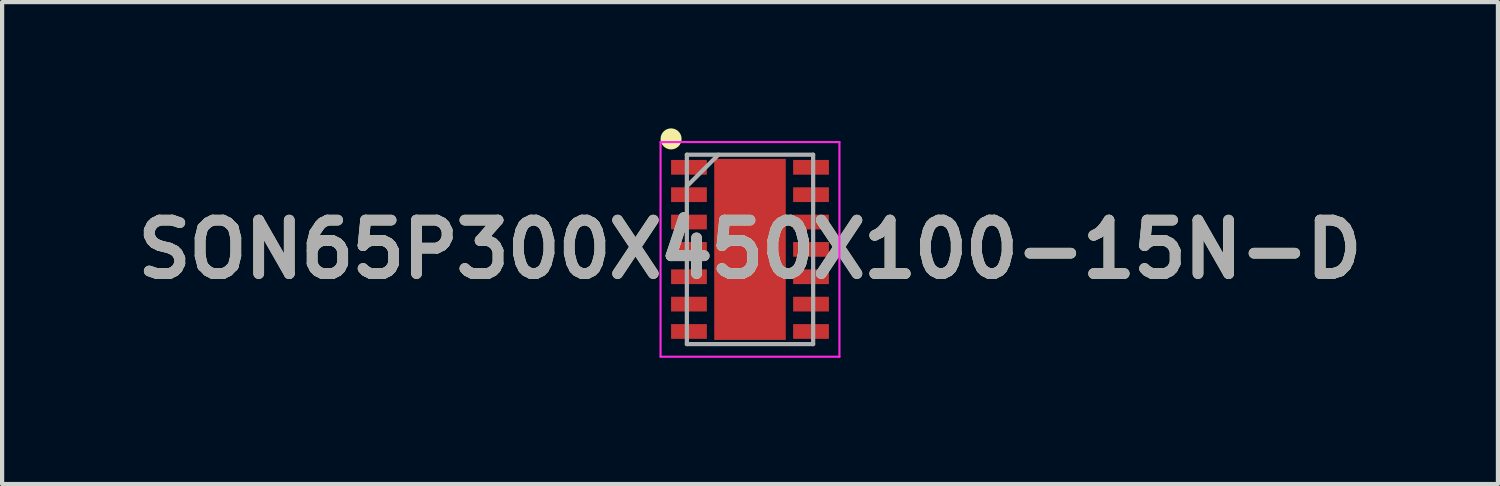
<source format=kicad_pcb>
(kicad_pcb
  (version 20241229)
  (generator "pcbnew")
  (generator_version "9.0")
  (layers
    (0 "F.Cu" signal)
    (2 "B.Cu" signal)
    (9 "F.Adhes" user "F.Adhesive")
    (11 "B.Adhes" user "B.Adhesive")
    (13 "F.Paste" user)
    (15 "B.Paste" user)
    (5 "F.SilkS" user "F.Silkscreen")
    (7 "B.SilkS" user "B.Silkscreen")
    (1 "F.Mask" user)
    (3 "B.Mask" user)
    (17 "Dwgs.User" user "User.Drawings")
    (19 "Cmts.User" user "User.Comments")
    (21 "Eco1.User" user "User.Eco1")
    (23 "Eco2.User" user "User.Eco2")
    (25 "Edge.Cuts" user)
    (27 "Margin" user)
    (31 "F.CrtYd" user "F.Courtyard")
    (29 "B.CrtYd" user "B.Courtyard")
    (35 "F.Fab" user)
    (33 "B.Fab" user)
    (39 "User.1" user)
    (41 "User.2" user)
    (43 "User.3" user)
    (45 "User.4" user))
  (footprint "SON65P300X450X100-15N-D"
    (layer "F.Cu")
    (at 14.768 2.875)
    (property "Reference" "SON65P300X450X100-15N-D" (at 0 0 0) (layer "F.SilkS") (effects (font (size 1.27 1.27) (thickness 0.254))))
    (attr smd)
    (fp_circle (center -1.875 -2.625) (end -1.875 -2.5) (stroke (width 0.25) (type solid)) (fill no) (layer "F.SilkS"))
    (fp_line (start -2.125 -2.55) (end 2.125 -2.55) (stroke (width 0.05) (type solid)) (layer "F.CrtYd"))
    (fp_line (start -2.125 2.55) (end -2.125 -2.55) (stroke (width 0.05) (type solid)) (layer "F.CrtYd"))
    (fp_line (start 2.125 -2.55) (end 2.125 2.55) (stroke (width 0.05) (type solid)) (layer "F.CrtYd"))
    (fp_line (start 2.125 2.55) (end -2.125 2.55) (stroke (width 0.05) (type solid)) (layer "F.CrtYd"))
    (fp_line (start -1.5 -2.25) (end 1.5 -2.25) (stroke (width 0.1) (type solid)) (layer "F.Fab"))
    (fp_line (start -1.5 -1.5) (end -0.75 -2.25) (stroke (width 0.1) (type solid)) (layer "F.Fab"))
    (fp_line (start -1.5 2.25) (end -1.5 -2.25) (stroke (width 0.1) (type solid)) (layer "F.Fab"))
    (fp_line (start 1.5 -2.25) (end 1.5 2.25) (stroke (width 0.1) (type solid)) (layer "F.Fab"))
    (fp_line (start 1.5 2.25) (end -1.5 2.25) (stroke (width 0.1) (type solid)) (layer "F.Fab"))
    (fp_text user "${REFERENCE}" (at 0 0 0) (layer "F.Fab") (effects (font (size 1.27 1.27) (thickness 0.254))))
    (pad "1" smd rect (at -1.45 -1.95 90) (size 0.35 0.85) (layers "F.Cu" "F.Mask" "F.Paste"))
    (pad "2" smd rect (at -1.45 -1.3 90) (size 0.35 0.85) (layers "F.Cu" "F.Mask" "F.Paste"))
    (pad "3" smd rect (at -1.45 -0.65 90) (size 0.35 0.85) (layers "F.Cu" "F.Mask" "F.Paste"))
    (pad "4" smd rect (at -1.45 0 90) (size 0.35 0.85) (layers "F.Cu" "F.Mask" "F.Paste"))
    (pad "5" smd rect (at -1.45 0.65 90) (size 0.35 0.85) (layers "F.Cu" "F.Mask" "F.Paste"))
    (pad "6" smd rect (at -1.45 1.3 90) (size 0.35 0.85) (layers "F.Cu" "F.Mask" "F.Paste"))
    (pad "7" smd rect (at -1.45 1.95 90) (size 0.35 0.85) (layers "F.Cu" "F.Mask" "F.Paste"))
    (pad "8" smd rect (at 1.45 1.95 90) (size 0.35 0.85) (layers "F.Cu" "F.Mask" "F.Paste"))
    (pad "9" smd rect (at 1.45 1.3 90) (size 0.35 0.85) (layers "F.Cu" "F.Mask" "F.Paste"))
    (pad "10" smd rect (at 1.45 0.65 90) (size 0.35 0.85) (layers "F.Cu" "F.Mask" "F.Paste"))
    (pad "11" smd rect (at 1.45 0 90) (size 0.35 0.85) (layers "F.Cu" "F.Mask" "F.Paste"))
    (pad "12" smd rect (at 1.45 -0.65 90) (size 0.35 0.85) (layers "F.Cu" "F.Mask" "F.Paste"))
    (pad "13" smd rect (at 1.45 -1.3 90) (size 0.35 0.85) (layers "F.Cu" "F.Mask" "F.Paste"))
    (pad "14" smd rect (at 1.45 -1.95 90) (size 0.35 0.85) (layers "F.Cu" "F.Mask" "F.Paste"))
    (pad "15" smd rect (at 0 0) (size 1.7 4.3) (layers "F.Cu" "F.Mask" "F.Paste")))
  (gr_rect
    (start -3 -3)
    (end 32.537 8.45)
    (stroke (width 0.1) (type default))
    (fill no)
    (layer "Edge.Cuts")))
</source>
